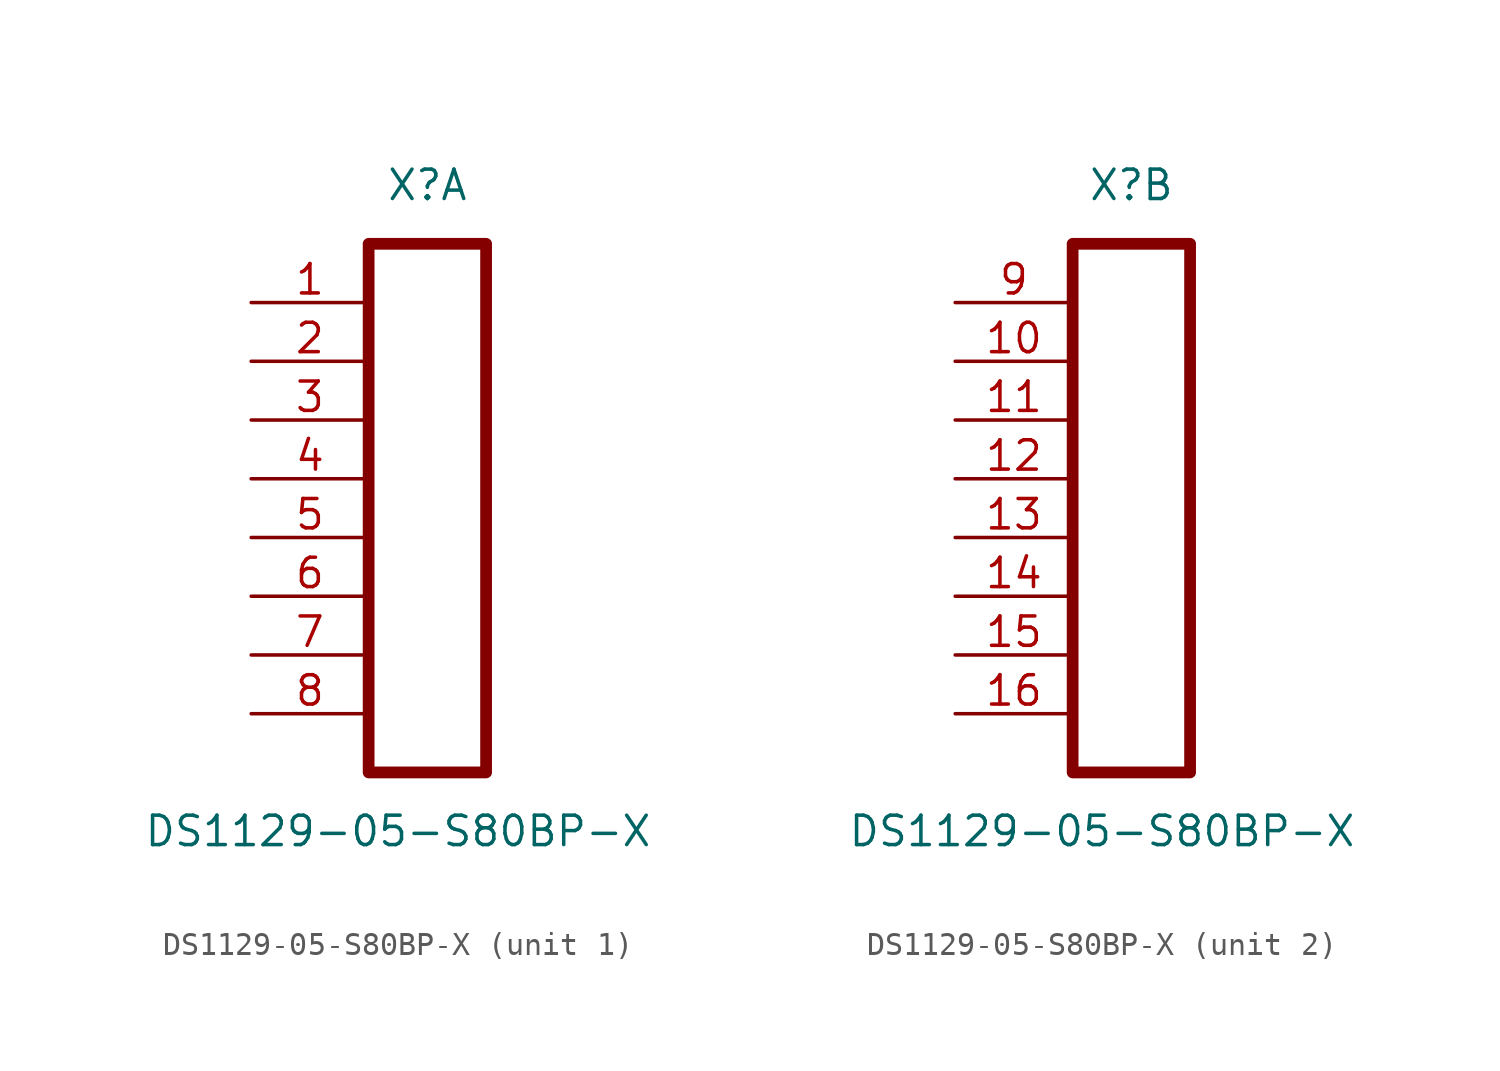
<source format=kicad_sym>
(kicad_symbol_lib
  (version 20211014)
  (generator kicad_symbol_editor)
  (symbol "DS1129-05-S80BP-X"
    (pin_names
      (offset 1.016) hide)
    (property "Reference" "X"
      (at 7.62 5.08 0)
      (effects (font (size 1.27 1.27))))
    (property "Value" "DS1129-05-S80BP-X"
      (at 6.35 -22.86 0)
      (effects (font (size 1.27 1.27))))
    (property "ki_locked" ""
      (at 0 0 0)
      (effects (font (size 1.27 1.27))))
    (symbol "DS1129-05-S80BP-X_0_1"
      (rectangle (start 5.08 2.54) (end 10.16 -20.32) (stroke (width 0.508) (type default) (color 0 0 0 0)) (fill (type none))))
    (symbol "DS1129-05-S80BP-X_1_1"
      (pin passive line (at 0 0 0) (length 5.08) (name "1" (effects (font (size 1.27 1.27)))) (number "1" (effects (font (size 1.27 1.27)))))
      (pin passive line (at 0 -2.54 0) (length 5.08) (name "2" (effects (font (size 1.27 1.27)))) (number "2" (effects (font (size 1.27 1.27)))))
      (pin passive line (at 0 -5.08 0) (length 5.08) (name "3" (effects (font (size 1.27 1.27)))) (number "3" (effects (font (size 1.27 1.27)))))
      (pin passive line (at 0 -7.62 0) (length 5.08) (name "4" (effects (font (size 1.27 1.27)))) (number "4" (effects (font (size 1.27 1.27)))))
      (pin passive line (at 0 -10.16 0) (length 5.08) (name "5" (effects (font (size 1.27 1.27)))) (number "5" (effects (font (size 1.27 1.27)))))
      (pin passive line (at 0 -12.7 0) (length 5.08) (name "6" (effects (font (size 1.27 1.27)))) (number "6" (effects (font (size 1.27 1.27)))))
      (pin passive line (at 0 -15.24 0) (length 5.08) (name "7" (effects (font (size 1.27 1.27)))) (number "7" (effects (font (size 1.27 1.27)))))
      (pin passive line (at 0 -17.78 0) (length 5.08) (name "8" (effects (font (size 1.27 1.27)))) (number "8" (effects (font (size 1.27 1.27))))))
    (symbol "DS1129-05-S80BP-X_2_1"
      (pin passive line (at 0 -2.54 0) (length 5.08) (name "10" (effects (font (size 1.27 1.27)))) (number "10" (effects (font (size 1.27 1.27)))))
      (pin passive line (at 0 -5.08 0) (length 5.08) (name "11" (effects (font (size 1.27 1.27)))) (number "11" (effects (font (size 1.27 1.27)))))
      (pin passive line (at 0 -7.62 0) (length 5.08) (name "12" (effects (font (size 1.27 1.27)))) (number "12" (effects (font (size 1.27 1.27)))))
      (pin passive line (at 0 -10.16 0) (length 5.08) (name "13" (effects (font (size 1.27 1.27)))) (number "13" (effects (font (size 1.27 1.27)))))
      (pin passive line (at 0 -12.7 0) (length 5.08) (name "14" (effects (font (size 1.27 1.27)))) (number "14" (effects (font (size 1.27 1.27)))))
      (pin passive line (at 0 -15.24 0) (length 5.08) (name "15" (effects (font (size 1.27 1.27)))) (number "15" (effects (font (size 1.27 1.27)))))
      (pin passive line (at 0 -17.78 0) (length 5.08) (name "16" (effects (font (size 1.27 1.27)))) (number "16" (effects (font (size 1.27 1.27)))))
      (pin passive line (at 0 0 0) (length 5.08) (name "9" (effects (font (size 1.27 1.27)))) (number "9" (effects (font (size 1.27 1.27))))))))
</source>
